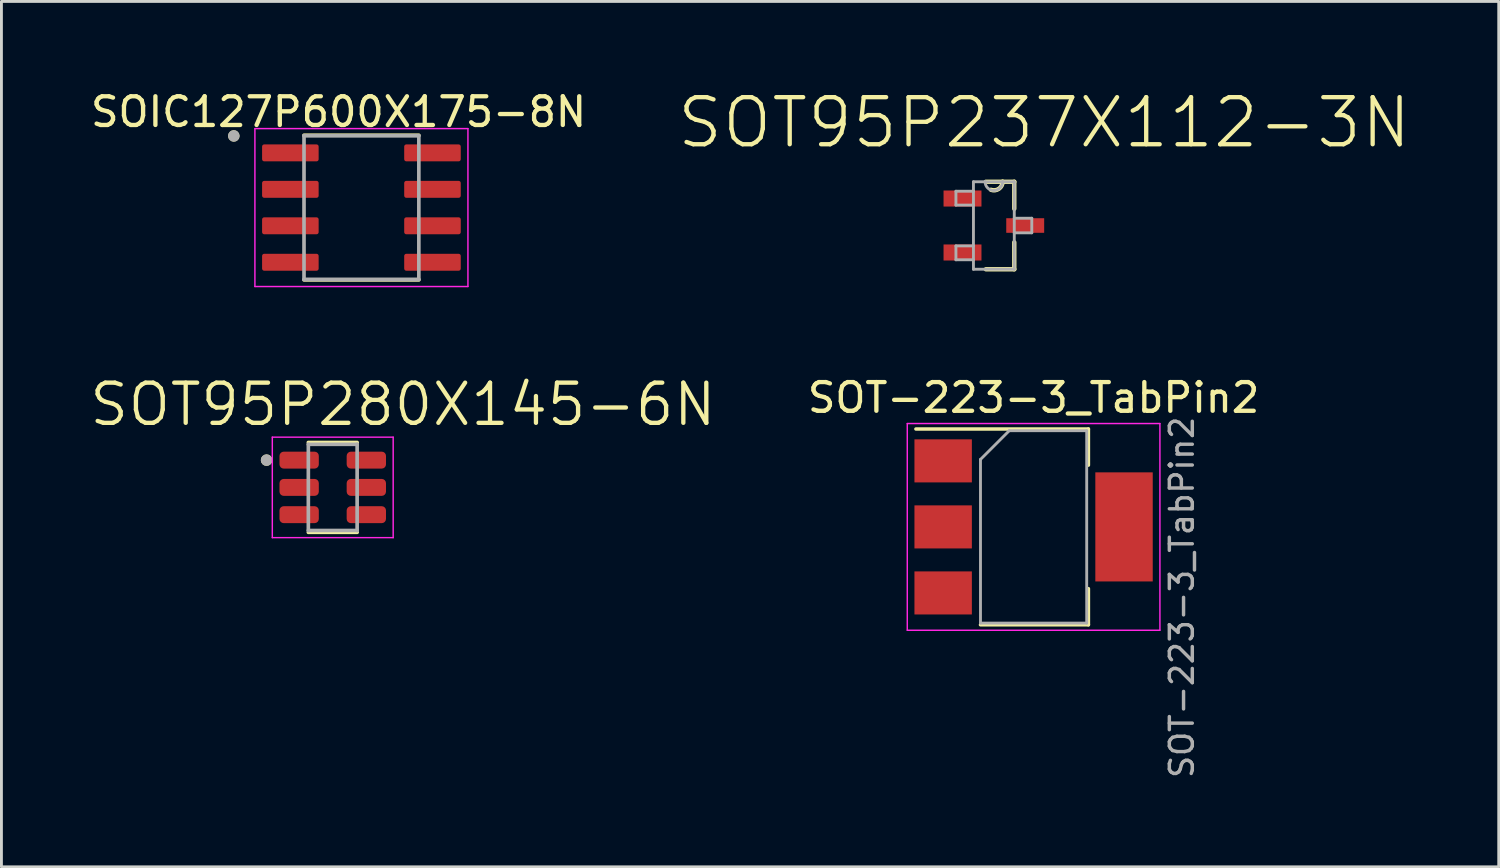
<source format=kicad_pcb>
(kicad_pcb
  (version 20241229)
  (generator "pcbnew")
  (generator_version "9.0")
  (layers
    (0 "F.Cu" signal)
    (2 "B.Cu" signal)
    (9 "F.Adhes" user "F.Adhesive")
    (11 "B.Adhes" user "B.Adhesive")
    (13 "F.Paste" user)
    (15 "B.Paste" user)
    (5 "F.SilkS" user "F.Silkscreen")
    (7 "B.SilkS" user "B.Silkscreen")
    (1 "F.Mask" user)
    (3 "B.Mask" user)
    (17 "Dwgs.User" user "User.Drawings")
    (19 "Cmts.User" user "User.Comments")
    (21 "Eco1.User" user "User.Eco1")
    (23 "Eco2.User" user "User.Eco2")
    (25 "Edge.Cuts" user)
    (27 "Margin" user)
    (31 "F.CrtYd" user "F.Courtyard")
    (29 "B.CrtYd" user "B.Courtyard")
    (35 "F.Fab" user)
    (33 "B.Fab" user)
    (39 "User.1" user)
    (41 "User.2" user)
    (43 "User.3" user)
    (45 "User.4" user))
  (footprint "SOIC127P600X175-8N"
    (layer "F.Cu")
    (at 9.539 4.18)
    (property "Reference" "SOIC127P600X175-8N" (at -0.795 -3.332 0) (layer "F.SilkS") (effects (font (size 1 1) (thickness 0.15))))
    (attr smd)
    (fp_line (start -2 -2.52) (end 2 -2.52) (stroke (width 0.127) (type solid)) (layer "F.SilkS"))
    (fp_line (start -2 2.52) (end 2 2.52) (stroke (width 0.127) (type solid)) (layer "F.SilkS"))
    (fp_circle (center -4.445 -2.495) (end -4.345 -2.495) (stroke (width 0.2) (type solid)) (fill no) (layer "F.SilkS"))
    (fp_line (start -3.71 -2.75) (end -3.71 2.75) (stroke (width 0.05) (type solid)) (layer "F.CrtYd"))
    (fp_line (start -3.71 -2.75) (end 3.71 -2.75) (stroke (width 0.05) (type solid)) (layer "F.CrtYd"))
    (fp_line (start -3.71 2.75) (end 3.71 2.75) (stroke (width 0.05) (type solid)) (layer "F.CrtYd"))
    (fp_line (start 3.71 -2.75) (end 3.71 2.75) (stroke (width 0.05) (type solid)) (layer "F.CrtYd"))
    (fp_line (start -2 -2.5) (end -2 2.5) (stroke (width 0.127) (type solid)) (layer "F.Fab"))
    (fp_line (start -2 -2.5) (end 2 -2.5) (stroke (width 0.127) (type solid)) (layer "F.Fab"))
    (fp_line (start -2 2.5) (end 2 2.5) (stroke (width 0.127) (type solid)) (layer "F.Fab"))
    (fp_line (start 2 -2.5) (end 2 2.5) (stroke (width 0.127) (type solid)) (layer "F.Fab"))
    (fp_circle (center -4.445 -2.495) (end -4.345 -2.495) (stroke (width 0.2) (type solid)) (fill no) (layer "F.Fab"))
    (pad "1" smd roundrect (at -2.475 -1.905) (size 1.97 0.59) (layers "F.Cu" "F.Mask" "F.Paste") (roundrect_rratio 0.125))
    (pad "2" smd roundrect (at -2.475 -0.635) (size 1.97 0.59) (layers "F.Cu" "F.Mask" "F.Paste") (roundrect_rratio 0.125))
    (pad "3" smd roundrect (at -2.475 0.635) (size 1.97 0.59) (layers "F.Cu" "F.Mask" "F.Paste") (roundrect_rratio 0.125))
    (pad "4" smd roundrect (at -2.475 1.905) (size 1.97 0.59) (layers "F.Cu" "F.Mask" "F.Paste") (roundrect_rratio 0.125))
    (pad "5" smd roundrect (at 2.475 1.905) (size 1.97 0.59) (layers "F.Cu" "F.Mask" "F.Paste") (roundrect_rratio 0.125))
    (pad "6" smd roundrect (at 2.475 0.635) (size 1.97 0.59) (layers "F.Cu" "F.Mask" "F.Paste") (roundrect_rratio 0.125))
    (pad "7" smd roundrect (at 2.475 -0.635) (size 1.97 0.59) (layers "F.Cu" "F.Mask" "F.Paste") (roundrect_rratio 0.125))
    (pad "8" smd roundrect (at 2.475 -1.905) (size 1.97 0.59) (layers "F.Cu" "F.Mask" "F.Paste") (roundrect_rratio 0.125)))
  (footprint "SOT95P237X112-3N"
    (layer "F.Cu")
    (at 31.568 4.805)
    (property "Reference" "SOT95P237X112-3N" (at 1.753 -3.582 0) (layer "F.SilkS") (effects (font (size 1.64 1.64) (thickness 0.15))))
    (attr smd)
    (fp_line (start -0.279 1.524) (end 0.711 1.524) (stroke (width 0.152) (type solid)) (layer "F.SilkS"))
    (fp_line (start 0.305 -1.524) (end -0.279 -1.524) (stroke (width 0.152) (type solid)) (layer "F.SilkS"))
    (fp_line (start 0.711 -1.524) (end 0.305 -1.524) (stroke (width 0.152) (type solid)) (layer "F.SilkS"))
    (fp_line (start 0.711 -0.584) (end 0.711 -1.524) (stroke (width 0.152) (type solid)) (layer "F.SilkS"))
    (fp_line (start 0.711 1.524) (end 0.711 0.584) (stroke (width 0.152) (type solid)) (layer "F.SilkS"))
    (fp_arc (start 0.3048 -1.524) (mid 0.174323 -1.278521) (end -0.1016 -1.2446) (stroke (width 0.1524) (type solid)) (layer "F.SilkS"))
    (fp_line (start -1.321 -1.194) (end -1.321 -0.711) (stroke (width 0.1) (type solid)) (layer "F.Fab"))
    (fp_line (start -1.321 -0.711) (end -0.711 -0.711) (stroke (width 0.1) (type solid)) (layer "F.Fab"))
    (fp_line (start -1.321 0.711) (end -1.321 1.194) (stroke (width 0.1) (type solid)) (layer "F.Fab"))
    (fp_line (start -1.321 1.194) (end -0.711 1.194) (stroke (width 0.1) (type solid)) (layer "F.Fab"))
    (fp_line (start -0.711 -1.524) (end -0.711 -1.194) (stroke (width 0.1) (type solid)) (layer "F.Fab"))
    (fp_line (start -0.711 -1.194) (end -1.321 -1.194) (stroke (width 0.1) (type solid)) (layer "F.Fab"))
    (fp_line (start -0.711 -1.194) (end -0.711 -0.711) (stroke (width 0.1) (type solid)) (layer "F.Fab"))
    (fp_line (start -0.711 -0.711) (end -0.711 0.711) (stroke (width 0.1) (type solid)) (layer "F.Fab"))
    (fp_line (start -0.711 0.711) (end -1.321 0.711) (stroke (width 0.1) (type solid)) (layer "F.Fab"))
    (fp_line (start -0.711 1.194) (end -0.711 0.711) (stroke (width 0.1) (type solid)) (layer "F.Fab"))
    (fp_line (start -0.711 1.524) (end -0.711 1.194) (stroke (width 0.1) (type solid)) (layer "F.Fab"))
    (fp_line (start -0.711 1.524) (end 0.711 1.524) (stroke (width 0.1) (type solid)) (layer "F.Fab"))
    (fp_line (start -0.305 -1.524) (end -0.711 -1.524) (stroke (width 0.1) (type solid)) (layer "F.Fab"))
    (fp_line (start 0.305 -1.524) (end -0.305 -1.524) (stroke (width 0.1) (type solid)) (layer "F.Fab"))
    (fp_line (start 0.711 -1.524) (end 0.305 -1.524) (stroke (width 0.1) (type solid)) (layer "F.Fab"))
    (fp_line (start 0.711 -0.254) (end 0.711 -1.524) (stroke (width 0.1) (type solid)) (layer "F.Fab"))
    (fp_line (start 0.711 0.254) (end 0.711 -0.254) (stroke (width 0.1) (type solid)) (layer "F.Fab"))
    (fp_line (start 0.711 0.254) (end 1.321 0.254) (stroke (width 0.1) (type solid)) (layer "F.Fab"))
    (fp_line (start 0.711 1.524) (end 0.711 0.254) (stroke (width 0.1) (type solid)) (layer "F.Fab"))
    (fp_line (start 1.321 -0.254) (end 0.711 -0.254) (stroke (width 0.1) (type solid)) (layer "F.Fab"))
    (fp_line (start 1.321 0.254) (end 1.321 -0.254) (stroke (width 0.1) (type solid)) (layer "F.Fab"))
    (fp_arc (start 0.3048 -1.524) (mid 0 -1.2192) (end -0.3048 -1.524) (stroke (width 0.1) (type solid)) (layer "F.Fab"))
    (pad "1" smd rect (at -1.092 -0.94) (size 1.321 0.559) (layers "F.Cu" "F.Mask" "F.Paste"))
    (pad "2" smd rect (at -1.092 0.94) (size 1.321 0.559) (layers "F.Cu" "F.Mask" "F.Paste"))
    (pad "3" smd rect (at 1.092 0) (size 1.321 0.508) (layers "F.Cu" "F.Mask" "F.Paste")))
  (footprint "SOT95P280X145-6N"
    (layer "F.Cu")
    (at 8.54 13.927)
    (property "Reference" "SOT95P280X145-6N" (at 2.445 -2.889 0) (layer "F.SilkS") (effects (font (size 1.4 1.4) (thickness 0.15))))
    (attr smd)
    (fp_line (start -0.85 -1.565) (end 0.85 -1.565) (stroke (width 0.127) (type solid)) (layer "F.SilkS"))
    (fp_line (start 0.85 1.565) (end -0.85 1.565) (stroke (width 0.127) (type solid)) (layer "F.SilkS"))
    (fp_circle (center -2.305 -0.95) (end -2.205 -0.95) (stroke (width 0.2) (type solid)) (fill no) (layer "F.SilkS"))
    (fp_line (start -2.105 -1.75) (end 2.105 -1.75) (stroke (width 0.05) (type solid)) (layer "F.CrtYd"))
    (fp_line (start -2.105 1.75) (end -2.105 -1.75) (stroke (width 0.05) (type solid)) (layer "F.CrtYd"))
    (fp_line (start 2.105 -1.75) (end 2.105 1.75) (stroke (width 0.05) (type solid)) (layer "F.CrtYd"))
    (fp_line (start 2.105 1.75) (end -2.105 1.75) (stroke (width 0.05) (type solid)) (layer "F.CrtYd"))
    (fp_line (start -0.85 -1.5) (end 0.85 -1.5) (stroke (width 0.127) (type solid)) (layer "F.Fab"))
    (fp_line (start -0.85 1.5) (end -0.85 -1.5) (stroke (width 0.127) (type solid)) (layer "F.Fab"))
    (fp_line (start 0.85 -1.5) (end 0.85 1.5) (stroke (width 0.127) (type solid)) (layer "F.Fab"))
    (fp_line (start 0.85 1.5) (end -0.85 1.5) (stroke (width 0.127) (type solid)) (layer "F.Fab"))
    (fp_circle (center -2.305 -0.95) (end -2.205 -0.95) (stroke (width 0.2) (type solid)) (fill no) (layer "F.Fab"))
    (pad "1" smd roundrect (at -1.17 -0.95) (size 1.37 0.59) (layers "F.Cu" "F.Mask" "F.Paste") (roundrect_rratio 0.25))
    (pad "2" smd roundrect (at -1.17 0) (size 1.37 0.59) (layers "F.Cu" "F.Mask" "F.Paste") (roundrect_rratio 0.25))
    (pad "3" smd roundrect (at -1.17 0.95) (size 1.37 0.59) (layers "F.Cu" "F.Mask" "F.Paste") (roundrect_rratio 0.25))
    (pad "4" smd roundrect (at 1.17 0.95) (size 1.37 0.59) (layers "F.Cu" "F.Mask" "F.Paste") (roundrect_rratio 0.25))
    (pad "5" smd roundrect (at 1.17 0) (size 1.37 0.59) (layers "F.Cu" "F.Mask" "F.Paste") (roundrect_rratio 0.25))
    (pad "6" smd roundrect (at 1.17 -0.95) (size 1.37 0.59) (layers "F.Cu" "F.Mask" "F.Paste") (roundrect_rratio 0.25)))
  (footprint "SOT-223-3_TabPin2"
    (layer "F.Cu")
    (at 32.952 15.303)
    (property "Reference" "SOT-223-3_TabPin2" (at 0 -4.5 0) (layer "F.SilkS") (effects (font (size 1 1) (thickness 0.15))))
    (attr smd)
    (fp_line (start -4.1 -3.41) (end 1.91 -3.41) (stroke (width 0.12) (type solid)) (layer "F.SilkS"))
    (fp_line (start -1.85 3.41) (end 1.91 3.41) (stroke (width 0.12) (type solid)) (layer "F.SilkS"))
    (fp_line (start 1.91 -3.41) (end 1.91 -2.15) (stroke (width 0.12) (type solid)) (layer "F.SilkS"))
    (fp_line (start 1.91 3.41) (end 1.91 2.15) (stroke (width 0.12) (type solid)) (layer "F.SilkS"))
    (fp_line (start -4.4 -3.6) (end -4.4 3.6) (stroke (width 0.05) (type solid)) (layer "F.CrtYd"))
    (fp_line (start -4.4 3.6) (end 4.4 3.6) (stroke (width 0.05) (type solid)) (layer "F.CrtYd"))
    (fp_line (start 4.4 -3.6) (end -4.4 -3.6) (stroke (width 0.05) (type solid)) (layer "F.CrtYd"))
    (fp_line (start 4.4 3.6) (end 4.4 -3.6) (stroke (width 0.05) (type solid)) (layer "F.CrtYd"))
    (fp_line (start -1.85 -2.35) (end -1.85 3.35) (stroke (width 0.1) (type solid)) (layer "F.Fab"))
    (fp_line (start -1.85 -2.35) (end -0.85 -3.35) (stroke (width 0.1) (type solid)) (layer "F.Fab"))
    (fp_line (start -1.85 3.35) (end 1.85 3.35) (stroke (width 0.1) (type solid)) (layer "F.Fab"))
    (fp_line (start -0.85 -3.35) (end 1.85 -3.35) (stroke (width 0.1) (type solid)) (layer "F.Fab"))
    (fp_line (start 1.85 -3.35) (end 1.85 3.35) (stroke (width 0.1) (type solid)) (layer "F.Fab"))
    (fp_text user "${REFERENCE}" (at 5.164 2.454 90) (layer "F.Fab") (effects (font (size 0.8 0.8) (thickness 0.12))))
    (pad "1" smd rect (at -3.15 -2.3) (size 2 1.5) (layers "F.Cu" "F.Mask" "F.Paste"))
    (pad "2" smd rect (at -3.15 0) (size 2 1.5) (layers "F.Cu" "F.Mask" "F.Paste"))
    (pad "2" smd rect (at 3.15 0) (size 2 3.8) (layers "F.Cu" "F.Mask" "F.Paste"))
    (pad "3" smd rect (at -3.15 2.3) (size 2 1.5) (layers "F.Cu" "F.Mask" "F.Paste")))
  (gr_rect
    (start -3 -3)
    (end 49.154 27.143)
    (stroke (width 0.1) (type default))
    (fill no)
    (layer "Edge.Cuts")))
</source>
